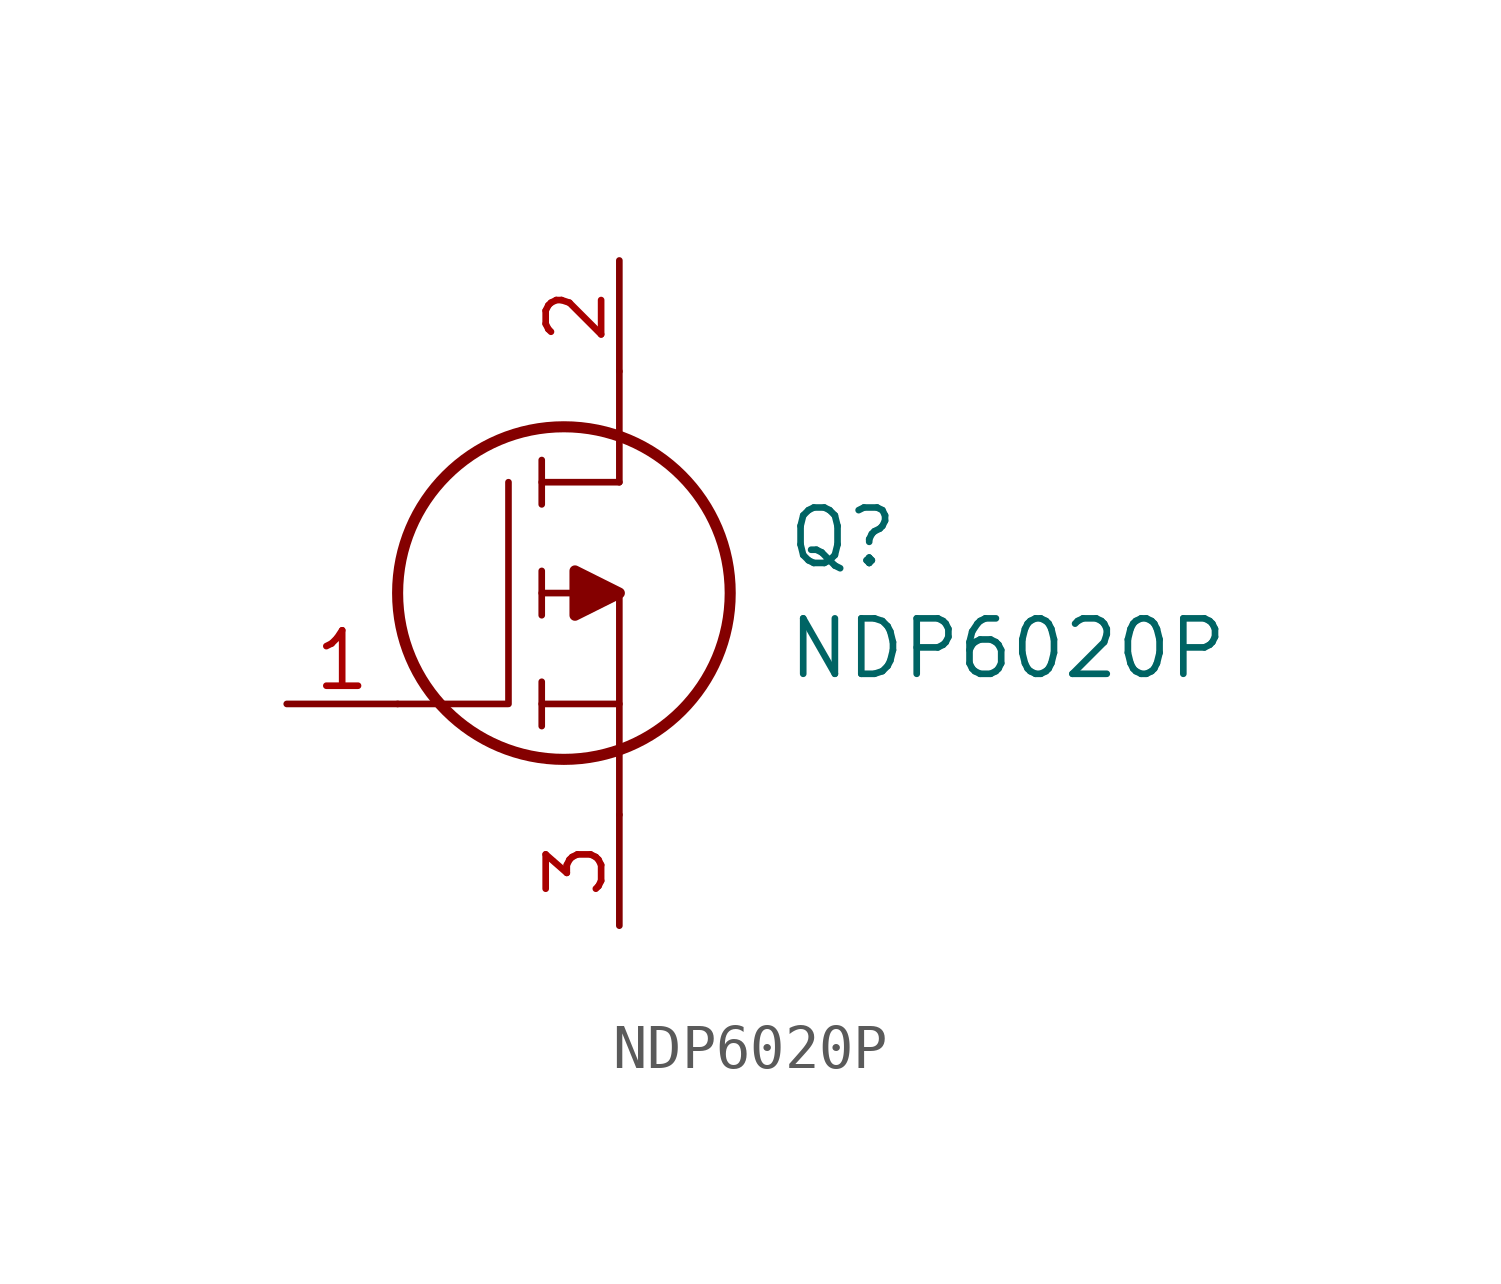
<source format=kicad_sym>
(kicad_symbol_lib
  (version 20211014)
  (generator kicad_symbol_editor)
  (symbol "NDP6020P"
    (pin_names
      (offset 0.762))
    (property "Reference" "Q"
      (at 11.43 3.81 0)
      (effects (font (size 1.27 1.27)) (justify left)))
    (property "Value" "NDP6020P"
      (at 11.43 1.27 0)
      (effects (font (size 1.27 1.27)) (justify left)))
    (symbol "NDP6020P_0_0"
      (pin passive line (at 0 0 0) (length 2.54) (name "~" (effects (font (size 1.27 1.27)))) (number "1" (effects (font (size 1.27 1.27)))))
      (pin passive line (at 7.62 10.16 270) (length 2.54) (name "~" (effects (font (size 1.27 1.27)))) (number "2" (effects (font (size 1.27 1.27)))))
      (pin passive line (at 7.62 -5.08 90) (length 2.54) (name "~" (effects (font (size 1.27 1.27)))) (number "3" (effects (font (size 1.27 1.27))))))
    (symbol "NDP6020P_0_1"
      (polyline (pts (xy 5.842 -0.508) (xy 5.842 0.508)) (stroke (width 0.152) (type default) (color 0 0 0 0)) (fill (type none)))
      (polyline (pts (xy 5.842 0) (xy 7.62 0)) (stroke (width 0.152) (type default) (color 0 0 0 0)) (fill (type none)))
      (polyline (pts (xy 5.842 2.032) (xy 5.842 3.048)) (stroke (width 0.152) (type default) (color 0 0 0 0)) (fill (type none)))
      (polyline (pts (xy 5.842 5.588) (xy 5.842 4.572)) (stroke (width 0.152) (type default) (color 0 0 0 0)) (fill (type none)))
      (polyline (pts (xy 7.62 2.54) (xy 5.842 2.54)) (stroke (width 0.152) (type default) (color 0 0 0 0)) (fill (type none)))
      (polyline (pts (xy 7.62 2.54) (xy 7.62 -2.54)) (stroke (width 0.152) (type default) (color 0 0 0 0)) (fill (type none)))
      (polyline (pts (xy 7.62 5.08) (xy 5.842 5.08)) (stroke (width 0.152) (type default) (color 0 0 0 0)) (fill (type none)))
      (polyline (pts (xy 7.62 5.08) (xy 7.62 7.62)) (stroke (width 0.152) (type default) (color 0 0 0 0)) (fill (type none)))
      (polyline (pts (xy 2.54 0) (xy 5.08 0) (xy 5.08 5.08)) (stroke (width 0.152) (type default) (color 0 0 0 0)) (fill (type none)))
      (polyline (pts (xy 7.62 2.54) (xy 6.604 3.048) (xy 6.604 2.032) (xy 7.62 2.54)) (stroke (width 0.254) (type default) (color 0 0 0 0)) (fill (type outline)))
      (circle (center 6.35 2.54) (radius 3.81) (stroke (width 0.254) (type default) (color 0 0 0 0)) (fill (type none))))))
</source>
